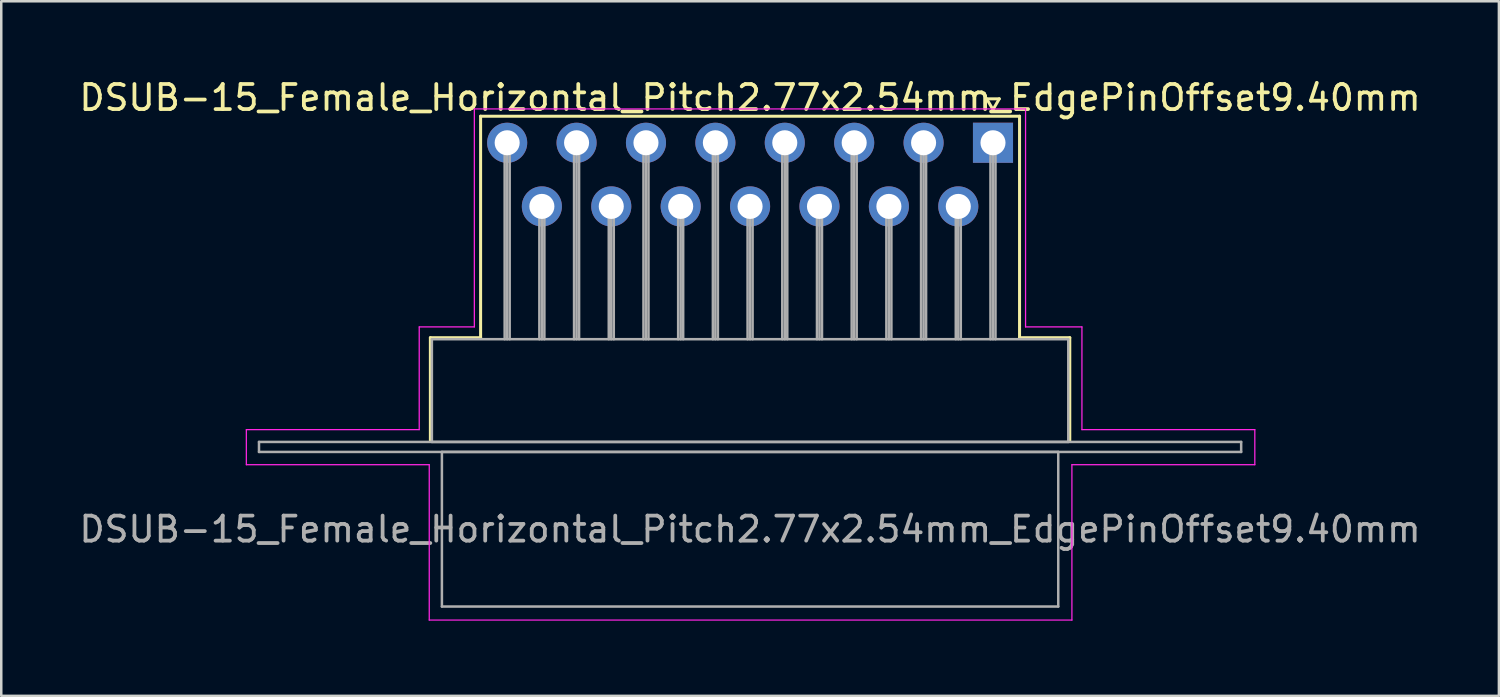
<source format=kicad_pcb>
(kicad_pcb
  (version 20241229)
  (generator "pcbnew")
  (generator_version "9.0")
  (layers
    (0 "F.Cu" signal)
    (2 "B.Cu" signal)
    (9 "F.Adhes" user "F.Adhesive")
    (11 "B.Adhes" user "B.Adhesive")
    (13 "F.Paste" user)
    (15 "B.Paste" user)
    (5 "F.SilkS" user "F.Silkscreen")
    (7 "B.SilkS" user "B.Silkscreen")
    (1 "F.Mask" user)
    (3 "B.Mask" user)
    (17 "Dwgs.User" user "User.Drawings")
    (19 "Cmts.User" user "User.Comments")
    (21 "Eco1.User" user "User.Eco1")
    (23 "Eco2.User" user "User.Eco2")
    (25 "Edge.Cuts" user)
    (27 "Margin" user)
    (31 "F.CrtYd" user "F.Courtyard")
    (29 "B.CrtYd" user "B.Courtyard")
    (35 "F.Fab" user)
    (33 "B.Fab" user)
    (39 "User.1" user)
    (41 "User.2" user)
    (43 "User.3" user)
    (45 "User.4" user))
  (footprint "DSUB-15_Female_Horizontal_Pitch2.77x2.54mm_EdgePinOffset9.40mm"
    (layer "F.Cu")
    (at 36.582 2.648)
    (property "Reference" "DSUB-15_Female_Horizontal_Pitch2.77x2.54mm_EdgePinOffset9.40mm" (at -9.695 -1.8 0) (layer "F.SilkS") (effects (font (size 1 1) (thickness 0.15))))
    (attr through_hole)
    (fp_line (start -22.455 7.78) (end -20.45 7.78) (stroke (width 0.12) (type solid)) (layer "F.SilkS"))
    (fp_line (start -22.455 11.88) (end -22.455 7.78) (stroke (width 0.12) (type solid)) (layer "F.SilkS"))
    (fp_line (start -20.45 -1.06) (end 1.06 -1.06) (stroke (width 0.12) (type solid)) (layer "F.SilkS"))
    (fp_line (start -20.45 7.78) (end -20.45 -1.06) (stroke (width 0.12) (type solid)) (layer "F.SilkS"))
    (fp_line (start -0.25 -1.754) (end 0.25 -1.754) (stroke (width 0.12) (type solid)) (layer "F.SilkS"))
    (fp_line (start 0 -1.321) (end -0.25 -1.754) (stroke (width 0.12) (type solid)) (layer "F.SilkS"))
    (fp_line (start 0.25 -1.754) (end 0 -1.321) (stroke (width 0.12) (type solid)) (layer "F.SilkS"))
    (fp_line (start 1.06 -1.06) (end 1.06 7.78) (stroke (width 0.12) (type solid)) (layer "F.SilkS"))
    (fp_line (start 1.06 7.78) (end 3.065 7.78) (stroke (width 0.12) (type solid)) (layer "F.SilkS"))
    (fp_line (start 3.065 7.78) (end 3.065 11.88) (stroke (width 0.12) (type solid)) (layer "F.SilkS"))
    (fp_line (start -29.8 11.45) (end -22.9 11.45) (stroke (width 0.05) (type solid)) (layer "F.CrtYd"))
    (fp_line (start -29.8 12.85) (end -29.8 11.45) (stroke (width 0.05) (type solid)) (layer "F.CrtYd"))
    (fp_line (start -22.9 7.35) (end -20.7 7.35) (stroke (width 0.05) (type solid)) (layer "F.CrtYd"))
    (fp_line (start -22.9 11.45) (end -22.9 7.35) (stroke (width 0.05) (type solid)) (layer "F.CrtYd"))
    (fp_line (start -22.5 12.85) (end -29.8 12.85) (stroke (width 0.05) (type solid)) (layer "F.CrtYd"))
    (fp_line (start -22.5 19.05) (end -22.5 12.85) (stroke (width 0.05) (type solid)) (layer "F.CrtYd"))
    (fp_line (start -20.7 -1.35) (end 1.3 -1.35) (stroke (width 0.05) (type solid)) (layer "F.CrtYd"))
    (fp_line (start -20.7 7.35) (end -20.7 -1.35) (stroke (width 0.05) (type solid)) (layer "F.CrtYd"))
    (fp_line (start 1.3 -1.35) (end 1.3 7.35) (stroke (width 0.05) (type solid)) (layer "F.CrtYd"))
    (fp_line (start 1.3 7.35) (end 3.55 7.35) (stroke (width 0.05) (type solid)) (layer "F.CrtYd"))
    (fp_line (start 3.15 12.85) (end 3.15 19.05) (stroke (width 0.05) (type solid)) (layer "F.CrtYd"))
    (fp_line (start 3.15 19.05) (end -22.5 19.05) (stroke (width 0.05) (type solid)) (layer "F.CrtYd"))
    (fp_line (start 3.55 7.35) (end 3.55 11.45) (stroke (width 0.05) (type solid)) (layer "F.CrtYd"))
    (fp_line (start 3.55 11.45) (end 10.45 11.45) (stroke (width 0.05) (type solid)) (layer "F.CrtYd"))
    (fp_line (start 10.45 11.45) (end 10.45 12.85) (stroke (width 0.05) (type solid)) (layer "F.CrtYd"))
    (fp_line (start 10.45 12.85) (end 3.15 12.85) (stroke (width 0.05) (type solid)) (layer "F.CrtYd"))
    (fp_line (start -29.295 11.94) (end -29.295 12.34) (stroke (width 0.1) (type solid)) (layer "F.Fab"))
    (fp_line (start -29.295 12.34) (end 9.905 12.34) (stroke (width 0.1) (type solid)) (layer "F.Fab"))
    (fp_line (start -22.395 7.84) (end -22.395 11.94) (stroke (width 0.1) (type solid)) (layer "F.Fab"))
    (fp_line (start -22.395 11.94) (end 3.005 11.94) (stroke (width 0.1) (type solid)) (layer "F.Fab"))
    (fp_line (start -21.995 12.34) (end -21.995 18.51) (stroke (width 0.1) (type solid)) (layer "F.Fab"))
    (fp_line (start -21.995 18.51) (end 2.605 18.51) (stroke (width 0.1) (type solid)) (layer "F.Fab"))
    (fp_line (start -19.49 0) (end -19.49 7.84) (stroke (width 0.1) (type solid)) (layer "F.Fab"))
    (fp_line (start -19.39 0) (end -19.39 7.84) (stroke (width 0.1) (type solid)) (layer "F.Fab"))
    (fp_line (start -19.29 0) (end -19.29 7.84) (stroke (width 0.1) (type solid)) (layer "F.Fab"))
    (fp_line (start -18.105 2.54) (end -18.105 7.84) (stroke (width 0.1) (type solid)) (layer "F.Fab"))
    (fp_line (start -18.005 2.54) (end -18.005 7.84) (stroke (width 0.1) (type solid)) (layer "F.Fab"))
    (fp_line (start -17.905 2.54) (end -17.905 7.84) (stroke (width 0.1) (type solid)) (layer "F.Fab"))
    (fp_line (start -16.72 0) (end -16.72 7.84) (stroke (width 0.1) (type solid)) (layer "F.Fab"))
    (fp_line (start -16.62 0) (end -16.62 7.84) (stroke (width 0.1) (type solid)) (layer "F.Fab"))
    (fp_line (start -16.52 0) (end -16.52 7.84) (stroke (width 0.1) (type solid)) (layer "F.Fab"))
    (fp_line (start -15.335 2.54) (end -15.335 7.84) (stroke (width 0.1) (type solid)) (layer "F.Fab"))
    (fp_line (start -15.235 2.54) (end -15.235 7.84) (stroke (width 0.1) (type solid)) (layer "F.Fab"))
    (fp_line (start -15.135 2.54) (end -15.135 7.84) (stroke (width 0.1) (type solid)) (layer "F.Fab"))
    (fp_line (start -13.95 0) (end -13.95 7.84) (stroke (width 0.1) (type solid)) (layer "F.Fab"))
    (fp_line (start -13.85 0) (end -13.85 7.84) (stroke (width 0.1) (type solid)) (layer "F.Fab"))
    (fp_line (start -13.75 0) (end -13.75 7.84) (stroke (width 0.1) (type solid)) (layer "F.Fab"))
    (fp_line (start -12.565 2.54) (end -12.565 7.84) (stroke (width 0.1) (type solid)) (layer "F.Fab"))
    (fp_line (start -12.465 2.54) (end -12.465 7.84) (stroke (width 0.1) (type solid)) (layer "F.Fab"))
    (fp_line (start -12.365 2.54) (end -12.365 7.84) (stroke (width 0.1) (type solid)) (layer "F.Fab"))
    (fp_line (start -11.18 0) (end -11.18 7.84) (stroke (width 0.1) (type solid)) (layer "F.Fab"))
    (fp_line (start -11.08 0) (end -11.08 7.84) (stroke (width 0.1) (type solid)) (layer "F.Fab"))
    (fp_line (start -10.98 0) (end -10.98 7.84) (stroke (width 0.1) (type solid)) (layer "F.Fab"))
    (fp_line (start -9.795 2.54) (end -9.795 7.84) (stroke (width 0.1) (type solid)) (layer "F.Fab"))
    (fp_line (start -9.695 2.54) (end -9.695 7.84) (stroke (width 0.1) (type solid)) (layer "F.Fab"))
    (fp_line (start -9.595 2.54) (end -9.595 7.84) (stroke (width 0.1) (type solid)) (layer "F.Fab"))
    (fp_line (start -8.41 0) (end -8.41 7.84) (stroke (width 0.1) (type solid)) (layer "F.Fab"))
    (fp_line (start -8.31 0) (end -8.31 7.84) (stroke (width 0.1) (type solid)) (layer "F.Fab"))
    (fp_line (start -8.21 0) (end -8.21 7.84) (stroke (width 0.1) (type solid)) (layer "F.Fab"))
    (fp_line (start -7.025 2.54) (end -7.025 7.84) (stroke (width 0.1) (type solid)) (layer "F.Fab"))
    (fp_line (start -6.925 2.54) (end -6.925 7.84) (stroke (width 0.1) (type solid)) (layer "F.Fab"))
    (fp_line (start -6.825 2.54) (end -6.825 7.84) (stroke (width 0.1) (type solid)) (layer "F.Fab"))
    (fp_line (start -5.64 0) (end -5.64 7.84) (stroke (width 0.1) (type solid)) (layer "F.Fab"))
    (fp_line (start -5.54 0) (end -5.54 7.84) (stroke (width 0.1) (type solid)) (layer "F.Fab"))
    (fp_line (start -5.44 0) (end -5.44 7.84) (stroke (width 0.1) (type solid)) (layer "F.Fab"))
    (fp_line (start -4.255 2.54) (end -4.255 7.84) (stroke (width 0.1) (type solid)) (layer "F.Fab"))
    (fp_line (start -4.155 2.54) (end -4.155 7.84) (stroke (width 0.1) (type solid)) (layer "F.Fab"))
    (fp_line (start -4.055 2.54) (end -4.055 7.84) (stroke (width 0.1) (type solid)) (layer "F.Fab"))
    (fp_line (start -2.87 0) (end -2.87 7.84) (stroke (width 0.1) (type solid)) (layer "F.Fab"))
    (fp_line (start -2.77 0) (end -2.77 7.84) (stroke (width 0.1) (type solid)) (layer "F.Fab"))
    (fp_line (start -2.67 0) (end -2.67 7.84) (stroke (width 0.1) (type solid)) (layer "F.Fab"))
    (fp_line (start -1.485 2.54) (end -1.485 7.84) (stroke (width 0.1) (type solid)) (layer "F.Fab"))
    (fp_line (start -1.385 2.54) (end -1.385 7.84) (stroke (width 0.1) (type solid)) (layer "F.Fab"))
    (fp_line (start -1.285 2.54) (end -1.285 7.84) (stroke (width 0.1) (type solid)) (layer "F.Fab"))
    (fp_line (start -0.1 0) (end -0.1 7.84) (stroke (width 0.1) (type solid)) (layer "F.Fab"))
    (fp_line (start 0 0) (end 0 7.84) (stroke (width 0.1) (type solid)) (layer "F.Fab"))
    (fp_line (start 0.1 0) (end 0.1 7.84) (stroke (width 0.1) (type solid)) (layer "F.Fab"))
    (fp_line (start 2.605 12.34) (end -21.995 12.34) (stroke (width 0.1) (type solid)) (layer "F.Fab"))
    (fp_line (start 2.605 18.51) (end 2.605 12.34) (stroke (width 0.1) (type solid)) (layer "F.Fab"))
    (fp_line (start 3.005 7.84) (end -22.395 7.84) (stroke (width 0.1) (type solid)) (layer "F.Fab"))
    (fp_line (start 3.005 11.94) (end 3.005 7.84) (stroke (width 0.1) (type solid)) (layer "F.Fab"))
    (fp_line (start 9.905 11.94) (end -29.295 11.94) (stroke (width 0.1) (type solid)) (layer "F.Fab"))
    (fp_line (start 9.905 12.34) (end 9.905 11.94) (stroke (width 0.1) (type solid)) (layer "F.Fab"))
    (fp_text user "${REFERENCE}" (at -9.695 15.425 0) (layer "F.Fab") (effects (font (size 1 1) (thickness 0.15))))
    (pad "1" thru_hole rect (at 0 0) (size 1.6 1.6) (drill 1) (layers "*.Cu" "*.Mask"))
    (pad "2" thru_hole circle (at -2.77 0) (size 1.6 1.6) (drill 1) (layers "*.Cu" "*.Mask"))
    (pad "3" thru_hole circle (at -5.54 0) (size 1.6 1.6) (drill 1) (layers "*.Cu" "*.Mask"))
    (pad "4" thru_hole circle (at -8.31 0) (size 1.6 1.6) (drill 1) (layers "*.Cu" "*.Mask"))
    (pad "5" thru_hole circle (at -11.08 0) (size 1.6 1.6) (drill 1) (layers "*.Cu" "*.Mask"))
    (pad "6" thru_hole circle (at -13.85 0) (size 1.6 1.6) (drill 1) (layers "*.Cu" "*.Mask"))
    (pad "7" thru_hole circle (at -16.62 0) (size 1.6 1.6) (drill 1) (layers "*.Cu" "*.Mask"))
    (pad "8" thru_hole circle (at -19.39 0) (size 1.6 1.6) (drill 1) (layers "*.Cu" "*.Mask"))
    (pad "9" thru_hole circle (at -1.385 2.54) (size 1.6 1.6) (drill 1) (layers "*.Cu" "*.Mask"))
    (pad "10" thru_hole circle (at -4.155 2.54) (size 1.6 1.6) (drill 1) (layers "*.Cu" "*.Mask"))
    (pad "11" thru_hole circle (at -6.925 2.54) (size 1.6 1.6) (drill 1) (layers "*.Cu" "*.Mask"))
    (pad "12" thru_hole circle (at -9.695 2.54) (size 1.6 1.6) (drill 1) (layers "*.Cu" "*.Mask"))
    (pad "13" thru_hole circle (at -12.465 2.54) (size 1.6 1.6) (drill 1) (layers "*.Cu" "*.Mask"))
    (pad "14" thru_hole circle (at -15.235 2.54) (size 1.6 1.6) (drill 1) (layers "*.Cu" "*.Mask"))
    (pad "15" thru_hole circle (at -18.005 2.54) (size 1.6 1.6) (drill 1) (layers "*.Cu" "*.Mask")))
  (gr_rect
    (start -3 -3)
    (end 56.774 24.723)
    (stroke (width 0.1) (type default))
    (fill no)
    (layer "Edge.Cuts")))
</source>
